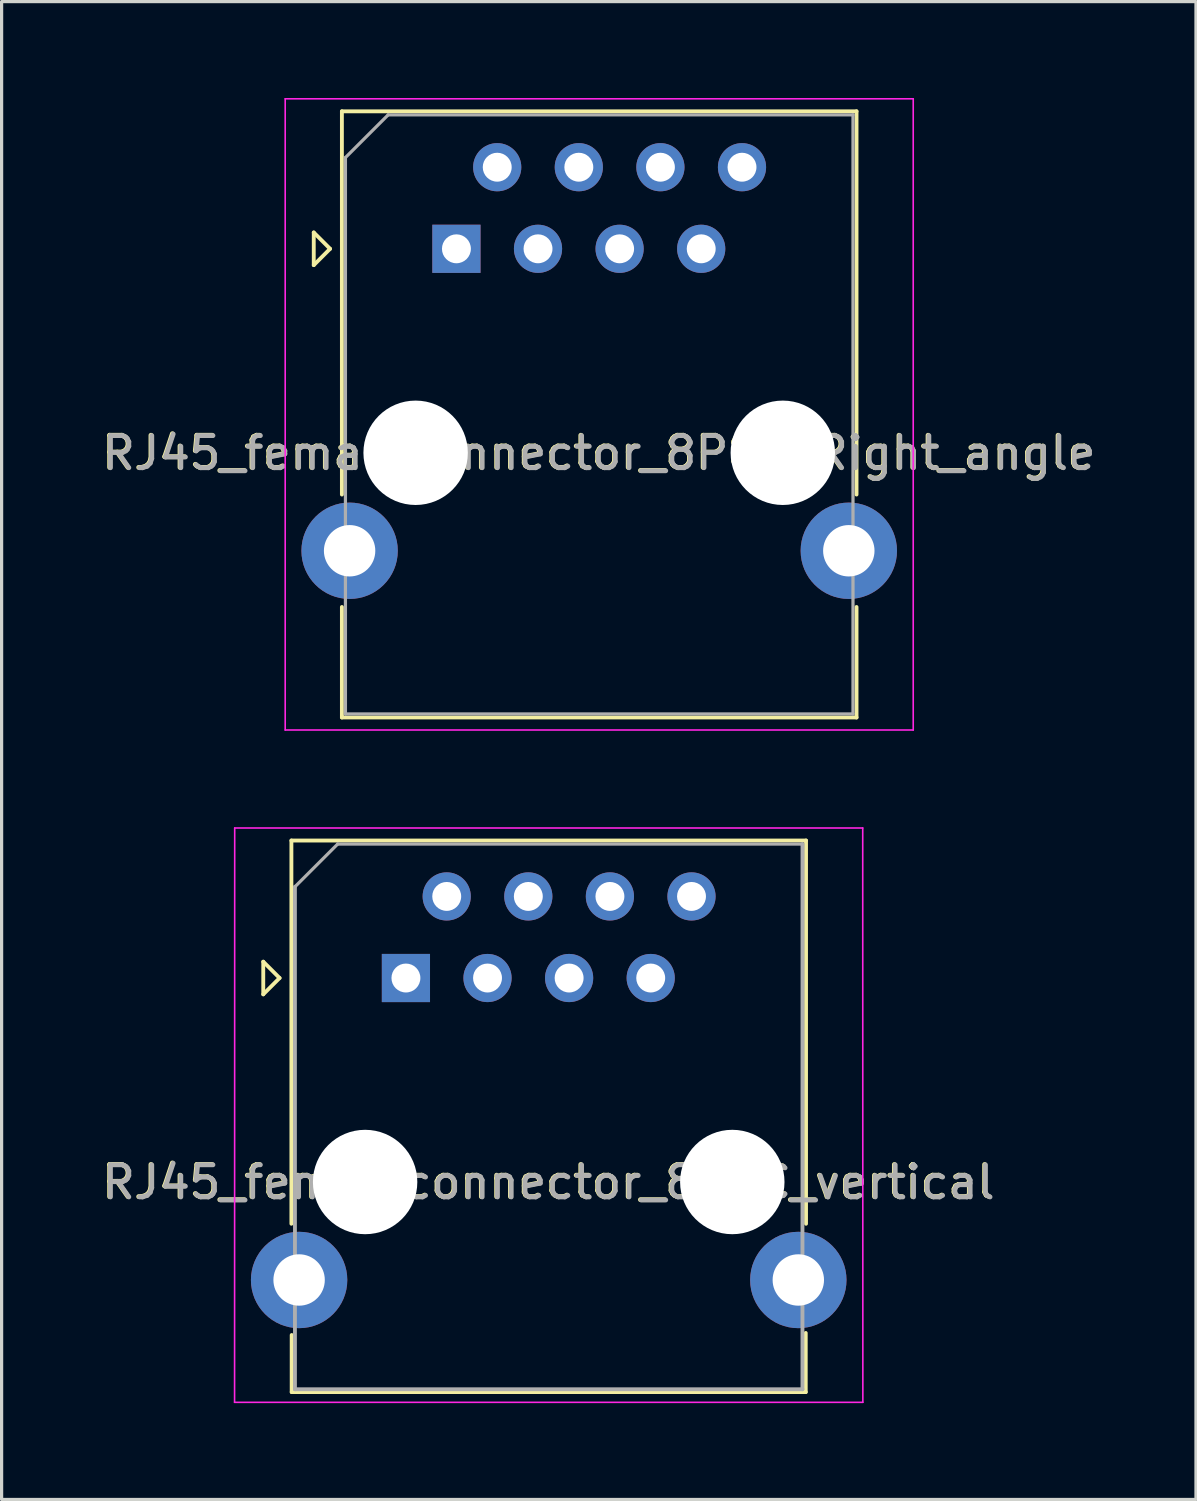
<source format=kicad_pcb>
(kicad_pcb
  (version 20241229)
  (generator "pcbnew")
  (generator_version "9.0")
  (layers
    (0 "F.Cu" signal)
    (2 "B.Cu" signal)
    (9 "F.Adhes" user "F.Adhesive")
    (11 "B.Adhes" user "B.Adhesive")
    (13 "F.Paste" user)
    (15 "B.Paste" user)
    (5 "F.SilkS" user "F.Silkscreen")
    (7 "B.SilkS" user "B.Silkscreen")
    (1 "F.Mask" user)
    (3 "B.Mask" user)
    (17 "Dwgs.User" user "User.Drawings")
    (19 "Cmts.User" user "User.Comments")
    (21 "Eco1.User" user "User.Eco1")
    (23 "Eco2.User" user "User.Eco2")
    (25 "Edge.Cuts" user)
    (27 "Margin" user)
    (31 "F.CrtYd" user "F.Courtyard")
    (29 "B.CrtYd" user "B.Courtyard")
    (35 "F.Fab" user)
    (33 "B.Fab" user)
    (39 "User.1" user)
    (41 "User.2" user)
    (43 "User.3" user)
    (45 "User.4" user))
  (footprint "RJ45_femal_connector_8P8C_Right_angle"
    (layer "F.Cu")
    (at 11.158 4.695)
    (property "Reference" "RJ45_femal_connector_8P8C_Right_angle" (at 4.42 6.35 0) (layer "F.SilkS") (effects (font (size 1 1) (thickness 0.15))))
    (attr through_hole)
    (fp_line (start -4.441 -0.508) (end -4.441 0.508) (stroke (width 0.12) (type solid)) (layer "F.SilkS"))
    (fp_line (start -4.441 0.508) (end -3.933 0) (stroke (width 0.12) (type solid)) (layer "F.SilkS"))
    (fp_line (start -3.933 0) (end -4.441 -0.508) (stroke (width 0.12) (type solid)) (layer "F.SilkS"))
    (fp_line (start -3.565 -4.28) (end -3.565 7.65) (stroke (width 0.12) (type solid)) (layer "F.SilkS"))
    (fp_line (start -3.565 11.15) (end -3.565 14.59) (stroke (width 0.12) (type solid)) (layer "F.SilkS"))
    (fp_line (start 12.455 -4.28) (end -3.565 -4.28) (stroke (width 0.12) (type solid)) (layer "F.SilkS"))
    (fp_line (start 12.455 -4.28) (end 12.455 7.65) (stroke (width 0.12) (type solid)) (layer "F.SilkS"))
    (fp_line (start 12.455 11.15) (end 12.455 14.59) (stroke (width 0.12) (type solid)) (layer "F.SilkS"))
    (fp_line (start 12.455 14.59) (end -3.565 14.59) (stroke (width 0.12) (type solid)) (layer "F.SilkS"))
    (fp_line (start -5.33 -4.67) (end 14.22 -4.67) (stroke (width 0.05) (type solid)) (layer "F.CrtYd"))
    (fp_line (start -5.33 14.98) (end -5.33 -4.67) (stroke (width 0.05) (type solid)) (layer "F.CrtYd"))
    (fp_line (start 14.22 -4.67) (end 14.22 14.98) (stroke (width 0.05) (type solid)) (layer "F.CrtYd"))
    (fp_line (start 14.22 14.98) (end -5.33 14.98) (stroke (width 0.05) (type solid)) (layer "F.CrtYd"))
    (fp_line (start -3.455 -2.84) (end -3.455 14.48) (stroke (width 0.1) (type solid)) (layer "F.Fab"))
    (fp_line (start -3.455 -2.84) (end -2.125 -4.17) (stroke (width 0.1) (type solid)) (layer "F.Fab"))
    (fp_line (start 12.345 -4.17) (end -2.125 -4.17) (stroke (width 0.1) (type solid)) (layer "F.Fab"))
    (fp_line (start 12.345 14.48) (end -3.455 14.48) (stroke (width 0.1) (type solid)) (layer "F.Fab"))
    (fp_line (start 12.345 14.48) (end 12.345 -4.17) (stroke (width 0.1) (type solid)) (layer "F.Fab"))
    (fp_text user "${REFERENCE}" (at 4.445 6.36 0) (layer "F.Fab") (effects (font (size 1 1) (thickness 0.15))))
    (pad "" np_thru_hole circle (at -1.27 6.35) (size 3.25 3.25) (drill 3.25) (layers "*.Cu" "*.Mask"))
    (pad "" np_thru_hole circle (at 10.16 6.35 180) (size 3.25 3.25) (drill 3.25) (layers "*.Cu" "*.Mask"))
    (pad "1" thru_hole rect (at 0 0 180) (size 1.5 1.5) (drill 0.9) (layers "*.Cu" "*.Mask"))
    (pad "2" thru_hole circle (at 1.27 -2.54 180) (size 1.5 1.5) (drill 0.9) (layers "*.Cu" "*.Mask"))
    (pad "3" thru_hole circle (at 2.54 0 180) (size 1.5 1.5) (drill 0.9) (layers "*.Cu" "*.Mask"))
    (pad "4" thru_hole circle (at 3.81 -2.54 180) (size 1.5 1.5) (drill 0.9) (layers "*.Cu" "*.Mask"))
    (pad "5" thru_hole circle (at 5.08 0 180) (size 1.5 1.5) (drill 0.9) (layers "*.Cu" "*.Mask"))
    (pad "6" thru_hole circle (at 6.35 -2.54 180) (size 1.5 1.5) (drill 0.9) (layers "*.Cu" "*.Mask"))
    (pad "7" thru_hole circle (at 7.62 0 180) (size 1.5 1.5) (drill 0.9) (layers "*.Cu" "*.Mask"))
    (pad "8" thru_hole circle (at 8.89 -2.54 180) (size 1.5 1.5) (drill 0.9) (layers "*.Cu" "*.Mask"))
    (pad "SH" thru_hole circle (at -3.325 9.4) (size 3 3) (drill 1.6) (layers "*.Cu" "*.Mask"))
    (pad "SH" thru_hole circle (at 12.215 9.4 180) (size 3 3) (drill 1.6) (layers "*.Cu" "*.Mask")))
  (footprint "RJ45_femal_connector_8P8C_vertical"
    (layer "F.Cu")
    (at 9.586 27.395)
    (property "Reference" "RJ45_femal_connector_8P8C_vertical" (at 4.42 6.35 0) (layer "F.SilkS") (effects (font (size 1 1) (thickness 0.15))))
    (attr through_hole)
    (fp_line (start -4.441 -0.508) (end -4.441 0.508) (stroke (width 0.12) (type solid)) (layer "F.SilkS"))
    (fp_line (start -4.441 0.508) (end -3.933 0) (stroke (width 0.12) (type solid)) (layer "F.SilkS"))
    (fp_line (start -3.933 0) (end -4.441 -0.508) (stroke (width 0.12) (type solid)) (layer "F.SilkS"))
    (fp_line (start -3.565 -4.28) (end -3.565 7.65) (stroke (width 0.12) (type solid)) (layer "F.SilkS"))
    (fp_line (start -3.556 12.89) (end -3.556 11.113) (stroke (width 0.12) (type solid)) (layer "F.SilkS"))
    (fp_line (start 9.779 12.89) (end -3.556 12.89) (stroke (width 0.12) (type solid)) (layer "F.SilkS"))
    (fp_line (start 12.446 12.89) (end 9.779 12.89) (stroke (width 0.12) (type solid)) (layer "F.SilkS"))
    (fp_line (start 12.446 12.89) (end 12.446 11.049) (stroke (width 0.12) (type solid)) (layer "F.SilkS"))
    (fp_line (start 12.455 -4.28) (end -3.565 -4.28) (stroke (width 0.12) (type solid)) (layer "F.SilkS"))
    (fp_line (start 12.455 -4.28) (end 12.455 7.65) (stroke (width 0.12) (type solid)) (layer "F.SilkS"))
    (fp_line (start -5.334 13.208) (end -5.33 -4.67) (stroke (width 0.05) (type solid)) (layer "F.CrtYd"))
    (fp_line (start -5.33 -4.67) (end 14.22 -4.67) (stroke (width 0.05) (type solid)) (layer "F.CrtYd"))
    (fp_line (start 14.224 13.208) (end -5.334 13.208) (stroke (width 0.05) (type solid)) (layer "F.CrtYd"))
    (fp_line (start 14.224 13.208) (end 14.22 -4.67) (stroke (width 0.05) (type solid)) (layer "F.CrtYd"))
    (fp_line (start -3.455 -2.84) (end -3.454 12.802) (stroke (width 0.12) (type solid)) (layer "F.Fab"))
    (fp_line (start -3.455 -2.84) (end -2.125 -4.17) (stroke (width 0.1) (type solid)) (layer "F.Fab"))
    (fp_line (start 12.344 12.802) (end -3.454 12.802) (stroke (width 0.12) (type solid)) (layer "F.Fab"))
    (fp_line (start 12.345 -4.17) (end -2.125 -4.17) (stroke (width 0.1) (type solid)) (layer "F.Fab"))
    (fp_line (start 12.345 -4.17) (end 12.344 12.802) (stroke (width 0.12) (type solid)) (layer "F.Fab"))
    (fp_text user "${REFERENCE}" (at 4.445 6.36 0) (layer "F.Fab") (effects (font (size 1 1) (thickness 0.15))))
    (pad "" np_thru_hole circle (at -1.27 6.35) (size 3.25 3.25) (drill 3.25) (layers "*.Cu" "*.Mask"))
    (pad "" np_thru_hole circle (at 10.16 6.35 180) (size 3.25 3.25) (drill 3.25) (layers "*.Cu" "*.Mask"))
    (pad "1" thru_hole rect (at 0 0 180) (size 1.5 1.5) (drill 0.9) (layers "*.Cu" "*.Mask"))
    (pad "2" thru_hole circle (at 1.27 -2.54 180) (size 1.5 1.5) (drill 0.9) (layers "*.Cu" "*.Mask"))
    (pad "3" thru_hole circle (at 2.54 0 180) (size 1.5 1.5) (drill 0.9) (layers "*.Cu" "*.Mask"))
    (pad "4" thru_hole circle (at 3.81 -2.54 180) (size 1.5 1.5) (drill 0.9) (layers "*.Cu" "*.Mask"))
    (pad "5" thru_hole circle (at 5.08 0 180) (size 1.5 1.5) (drill 0.9) (layers "*.Cu" "*.Mask"))
    (pad "6" thru_hole circle (at 6.35 -2.54 180) (size 1.5 1.5) (drill 0.9) (layers "*.Cu" "*.Mask"))
    (pad "7" thru_hole circle (at 7.62 0 180) (size 1.5 1.5) (drill 0.9) (layers "*.Cu" "*.Mask"))
    (pad "8" thru_hole circle (at 8.89 -2.54 180) (size 1.5 1.5) (drill 0.9) (layers "*.Cu" "*.Mask"))
    (pad "SH" thru_hole circle (at -3.325 9.4) (size 3 3) (drill 1.6) (layers "*.Cu" "*.Mask"))
    (pad "SH" thru_hole circle (at 12.215 9.4 180) (size 3 3) (drill 1.6) (layers "*.Cu" "*.Mask")))
  (gr_rect
    (start -3 -3)
    (end 34.18 43.628)
    (stroke (width 0.1) (type default))
    (fill no)
    (layer "Edge.Cuts")))
</source>
